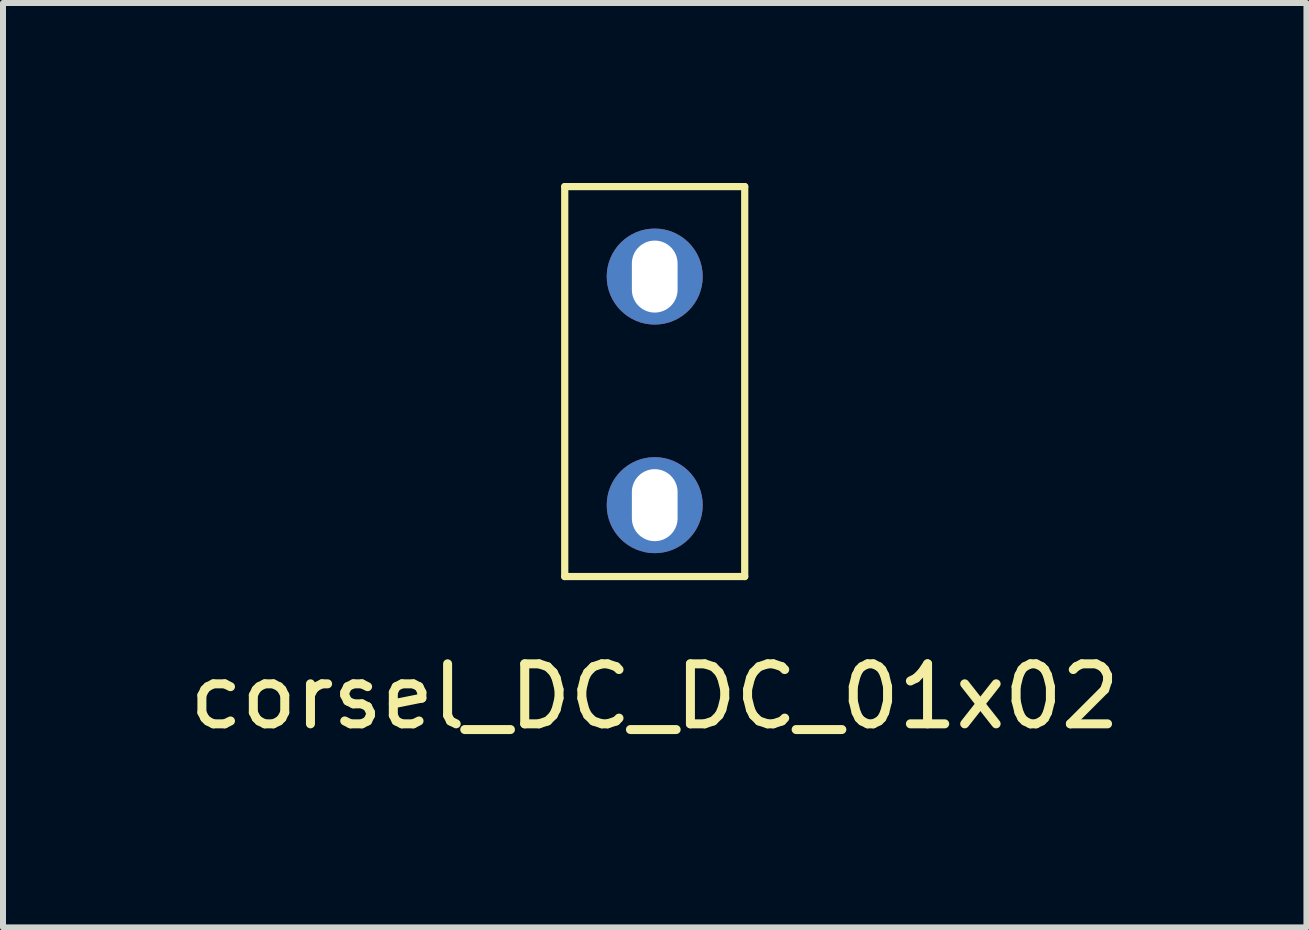
<source format=kicad_pcb>
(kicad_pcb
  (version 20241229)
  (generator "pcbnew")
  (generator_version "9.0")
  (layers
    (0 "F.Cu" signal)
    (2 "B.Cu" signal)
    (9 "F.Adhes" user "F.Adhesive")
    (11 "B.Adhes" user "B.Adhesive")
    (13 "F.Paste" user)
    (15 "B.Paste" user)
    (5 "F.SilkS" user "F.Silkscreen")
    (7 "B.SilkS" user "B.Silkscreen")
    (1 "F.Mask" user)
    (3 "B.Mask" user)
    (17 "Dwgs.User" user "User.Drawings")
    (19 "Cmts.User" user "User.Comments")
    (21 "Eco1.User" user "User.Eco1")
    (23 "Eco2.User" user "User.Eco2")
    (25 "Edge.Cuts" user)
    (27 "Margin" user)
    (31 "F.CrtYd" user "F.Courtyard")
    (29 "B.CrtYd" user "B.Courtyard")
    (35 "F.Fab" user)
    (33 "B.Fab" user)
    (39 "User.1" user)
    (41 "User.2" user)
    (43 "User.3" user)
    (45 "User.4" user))
  (footprint "corsel_DC_DC_01x02"
    (layer "F.Cu")
    (at 7.863 2.56)
    (property "Reference" "corsel_DC_DC_01x02" (at 0 6 0) (layer "F.SilkS") (effects (font (size 1 1) (thickness 0.15))))
    (attr through_hole)
    (fp_line (start -1.5 -2.5) (end 1.5 -2.5) (stroke (width 0.12) (type solid)) (layer "F.SilkS"))
    (fp_line (start -1.5 4) (end -1.5 -2.5) (stroke (width 0.12) (type solid)) (layer "F.SilkS"))
    (fp_line (start 1.5 -2.5) (end 1.5 4) (stroke (width 0.12) (type solid)) (layer "F.SilkS"))
    (fp_line (start 1.5 4) (end -1.5 4) (stroke (width 0.12) (type solid)) (layer "F.SilkS"))
    (pad "1" thru_hole circle (at 0 -1) (size 1.6 1.6) (drill oval 0.762 1.2) (layers "*.Cu" "*.Mask"))
    (pad "2" thru_hole circle (at 0 2.81) (size 1.6 1.6) (drill oval 0.762 1.2) (layers "*.Cu" "*.Mask")))
  (gr_rect
    (start -3 -3)
    (end 18.726 12.408)
    (stroke (width 0.1) (type default))
    (fill no)
    (layer "Edge.Cuts")))
</source>
